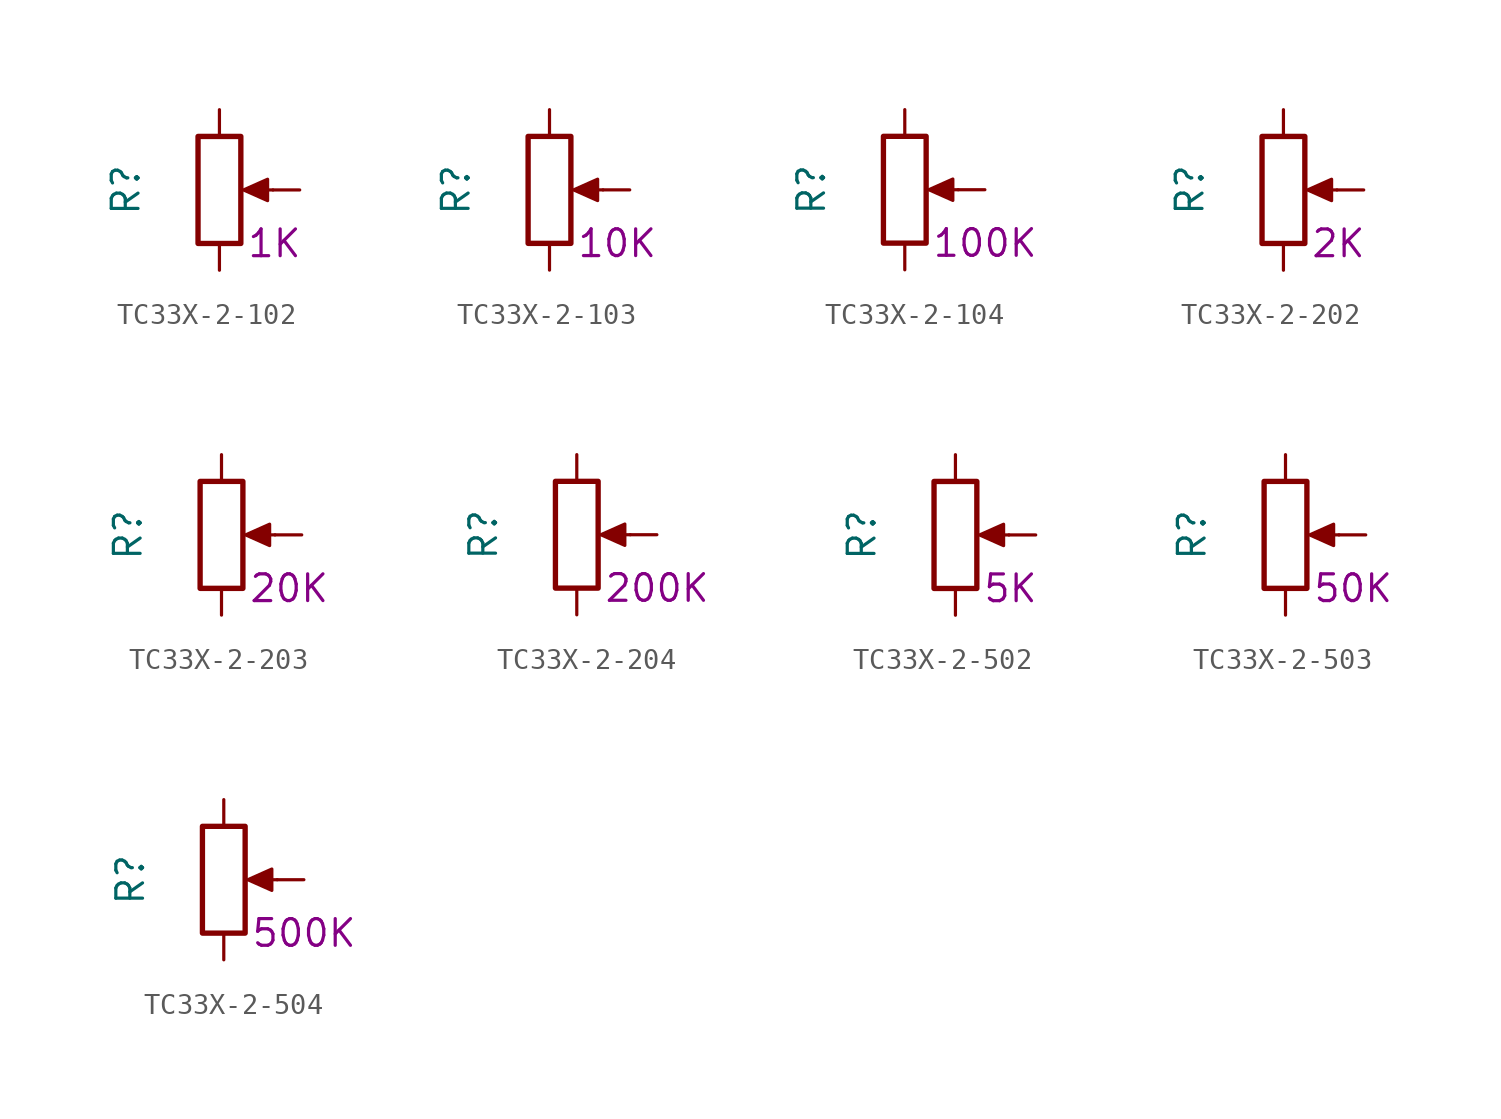
<source format=kicad_sym>
(kicad_symbol_lib
  (version 20220914)
  (generator kicad_symbol_editor)
  (symbol "TC33X-2-102"
    (pin_numbers hide)
    (pin_names
      (offset 0))
    (property "Reference" "R"
      (at -4.445 0 90)
      (effects (font (size 1.27 1.27))))
    (property "Resistance" "1K"
      (at 1.27 -2.54 0)
      (effects (font (size 1.27 1.27)) (justify left)))
    (symbol "TC33X-2-102_0_1"
      (polyline (pts (xy 2.54 0) (xy 1.524 0)) (stroke (width 0) (type default)) (fill (type none)))
      (polyline (pts (xy 1.143 0) (xy 2.286 0.508) (xy 2.286 -0.508) (xy 1.143 0)) (stroke (width 0) (type default)) (fill (type outline)))
      (rectangle (start 1.016 2.54) (end -1.016 -2.54) (stroke (width 0.254) (type default)) (fill (type none))))
    (symbol "TC33X-2-102_1_1"
      (pin passive line (at 0 3.81 270) (length 1.27) (name "~" (effects (font (size 1.27 1.27)))) (number "1" (effects (font (size 1.27 1.27)))))
      (pin passive line (at 3.81 0 180) (length 1.27) (name "~" (effects (font (size 1.27 1.27)))) (number "2" (effects (font (size 1.27 1.27)))))
      (pin passive line (at 0 -3.81 90) (length 1.27) (name "~" (effects (font (size 1.27 1.27)))) (number "3" (effects (font (size 1.27 1.27)))))))
  (symbol "TC33X-2-103"
    (pin_numbers hide)
    (pin_names
      (offset 0))
    (property "Reference" "R"
      (at -4.445 0 90)
      (effects (font (size 1.27 1.27))))
    (property "Resistance" "10K"
      (at 1.27 -2.54 0)
      (effects (font (size 1.27 1.27)) (justify left)))
    (symbol "TC33X-2-103_0_1"
      (polyline (pts (xy 2.54 0) (xy 1.524 0)) (stroke (width 0) (type default)) (fill (type none)))
      (polyline (pts (xy 1.143 0) (xy 2.286 0.508) (xy 2.286 -0.508) (xy 1.143 0)) (stroke (width 0) (type default)) (fill (type outline)))
      (rectangle (start 1.016 2.54) (end -1.016 -2.54) (stroke (width 0.254) (type default)) (fill (type none))))
    (symbol "TC33X-2-103_1_1"
      (pin passive line (at 0 3.81 270) (length 1.27) (name "~" (effects (font (size 1.27 1.27)))) (number "1" (effects (font (size 1.27 1.27)))))
      (pin passive line (at 3.81 0 180) (length 1.27) (name "~" (effects (font (size 1.27 1.27)))) (number "2" (effects (font (size 1.27 1.27)))))
      (pin passive line (at 0 -3.81 90) (length 1.27) (name "~" (effects (font (size 1.27 1.27)))) (number "3" (effects (font (size 1.27 1.27)))))))
  (symbol "TC33X-2-104"
    (pin_numbers hide)
    (pin_names
      (offset 0))
    (property "Reference" "R"
      (at -4.445 0 90)
      (effects (font (size 1.27 1.27))))
    (property "Resistance" "100K"
      (at 1.27 -2.54 0)
      (effects (font (size 1.27 1.27)) (justify left)))
    (symbol "TC33X-2-104_0_1"
      (polyline (pts (xy 2.54 0) (xy 1.524 0)) (stroke (width 0) (type default)) (fill (type none)))
      (polyline (pts (xy 1.143 0) (xy 2.286 0.508) (xy 2.286 -0.508) (xy 1.143 0)) (stroke (width 0) (type default)) (fill (type outline)))
      (rectangle (start 1.016 2.54) (end -1.016 -2.54) (stroke (width 0.254) (type default)) (fill (type none))))
    (symbol "TC33X-2-104_1_1"
      (pin passive line (at 0 3.81 270) (length 1.27) (name "~" (effects (font (size 1.27 1.27)))) (number "1" (effects (font (size 1.27 1.27)))))
      (pin passive line (at 3.81 0 180) (length 1.27) (name "~" (effects (font (size 1.27 1.27)))) (number "2" (effects (font (size 1.27 1.27)))))
      (pin passive line (at 0 -3.81 90) (length 1.27) (name "~" (effects (font (size 1.27 1.27)))) (number "3" (effects (font (size 1.27 1.27)))))))
  (symbol "TC33X-2-202"
    (pin_numbers hide)
    (pin_names
      (offset 0))
    (property "Reference" "R"
      (at -4.445 0 90)
      (effects (font (size 1.27 1.27))))
    (property "Resistance" "2K"
      (at 1.27 -2.54 0)
      (effects (font (size 1.27 1.27)) (justify left)))
    (symbol "TC33X-2-202_0_1"
      (polyline (pts (xy 2.54 0) (xy 1.524 0)) (stroke (width 0) (type default)) (fill (type none)))
      (polyline (pts (xy 1.143 0) (xy 2.286 0.508) (xy 2.286 -0.508) (xy 1.143 0)) (stroke (width 0) (type default)) (fill (type outline)))
      (rectangle (start 1.016 2.54) (end -1.016 -2.54) (stroke (width 0.254) (type default)) (fill (type none))))
    (symbol "TC33X-2-202_1_1"
      (pin passive line (at 0 3.81 270) (length 1.27) (name "~" (effects (font (size 1.27 1.27)))) (number "1" (effects (font (size 1.27 1.27)))))
      (pin passive line (at 3.81 0 180) (length 1.27) (name "~" (effects (font (size 1.27 1.27)))) (number "2" (effects (font (size 1.27 1.27)))))
      (pin passive line (at 0 -3.81 90) (length 1.27) (name "~" (effects (font (size 1.27 1.27)))) (number "3" (effects (font (size 1.27 1.27)))))))
  (symbol "TC33X-2-203"
    (pin_numbers hide)
    (pin_names
      (offset 0))
    (property "Reference" "R"
      (at -4.445 0 90)
      (effects (font (size 1.27 1.27))))
    (property "Resistance" "20K"
      (at 1.27 -2.54 0)
      (effects (font (size 1.27 1.27)) (justify left)))
    (symbol "TC33X-2-203_0_1"
      (polyline (pts (xy 2.54 0) (xy 1.524 0)) (stroke (width 0) (type default)) (fill (type none)))
      (polyline (pts (xy 1.143 0) (xy 2.286 0.508) (xy 2.286 -0.508) (xy 1.143 0)) (stroke (width 0) (type default)) (fill (type outline)))
      (rectangle (start 1.016 2.54) (end -1.016 -2.54) (stroke (width 0.254) (type default)) (fill (type none))))
    (symbol "TC33X-2-203_1_1"
      (pin passive line (at 0 3.81 270) (length 1.27) (name "~" (effects (font (size 1.27 1.27)))) (number "1" (effects (font (size 1.27 1.27)))))
      (pin passive line (at 3.81 0 180) (length 1.27) (name "~" (effects (font (size 1.27 1.27)))) (number "2" (effects (font (size 1.27 1.27)))))
      (pin passive line (at 0 -3.81 90) (length 1.27) (name "~" (effects (font (size 1.27 1.27)))) (number "3" (effects (font (size 1.27 1.27)))))))
  (symbol "TC33X-2-204"
    (pin_numbers hide)
    (pin_names
      (offset 0))
    (property "Reference" "R"
      (at -4.445 0 90)
      (effects (font (size 1.27 1.27))))
    (property "Resistance" "200K"
      (at 1.27 -2.54 0)
      (effects (font (size 1.27 1.27)) (justify left)))
    (symbol "TC33X-2-204_0_1"
      (polyline (pts (xy 2.54 0) (xy 1.524 0)) (stroke (width 0) (type default)) (fill (type none)))
      (polyline (pts (xy 1.143 0) (xy 2.286 0.508) (xy 2.286 -0.508) (xy 1.143 0)) (stroke (width 0) (type default)) (fill (type outline)))
      (rectangle (start 1.016 2.54) (end -1.016 -2.54) (stroke (width 0.254) (type default)) (fill (type none))))
    (symbol "TC33X-2-204_1_1"
      (pin passive line (at 0 3.81 270) (length 1.27) (name "~" (effects (font (size 1.27 1.27)))) (number "1" (effects (font (size 1.27 1.27)))))
      (pin passive line (at 3.81 0 180) (length 1.27) (name "~" (effects (font (size 1.27 1.27)))) (number "2" (effects (font (size 1.27 1.27)))))
      (pin passive line (at 0 -3.81 90) (length 1.27) (name "~" (effects (font (size 1.27 1.27)))) (number "3" (effects (font (size 1.27 1.27)))))))
  (symbol "TC33X-2-502"
    (pin_numbers hide)
    (pin_names
      (offset 0))
    (property "Reference" "R"
      (at -4.445 0 90)
      (effects (font (size 1.27 1.27))))
    (property "Resistance" "5K"
      (at 1.27 -2.54 0)
      (effects (font (size 1.27 1.27)) (justify left)))
    (symbol "TC33X-2-502_0_1"
      (polyline (pts (xy 2.54 0) (xy 1.524 0)) (stroke (width 0) (type default)) (fill (type none)))
      (polyline (pts (xy 1.143 0) (xy 2.286 0.508) (xy 2.286 -0.508) (xy 1.143 0)) (stroke (width 0) (type default)) (fill (type outline)))
      (rectangle (start 1.016 2.54) (end -1.016 -2.54) (stroke (width 0.254) (type default)) (fill (type none))))
    (symbol "TC33X-2-502_1_1"
      (pin passive line (at 0 3.81 270) (length 1.27) (name "~" (effects (font (size 1.27 1.27)))) (number "1" (effects (font (size 1.27 1.27)))))
      (pin passive line (at 3.81 0 180) (length 1.27) (name "~" (effects (font (size 1.27 1.27)))) (number "2" (effects (font (size 1.27 1.27)))))
      (pin passive line (at 0 -3.81 90) (length 1.27) (name "~" (effects (font (size 1.27 1.27)))) (number "3" (effects (font (size 1.27 1.27)))))))
  (symbol "TC33X-2-503"
    (pin_numbers hide)
    (pin_names
      (offset 0))
    (property "Reference" "R"
      (at -4.445 0 90)
      (effects (font (size 1.27 1.27))))
    (property "Resistance" "50K"
      (at 1.27 -2.54 0)
      (effects (font (size 1.27 1.27)) (justify left)))
    (symbol "TC33X-2-503_0_1"
      (polyline (pts (xy 2.54 0) (xy 1.524 0)) (stroke (width 0) (type default)) (fill (type none)))
      (polyline (pts (xy 1.143 0) (xy 2.286 0.508) (xy 2.286 -0.508) (xy 1.143 0)) (stroke (width 0) (type default)) (fill (type outline)))
      (rectangle (start 1.016 2.54) (end -1.016 -2.54) (stroke (width 0.254) (type default)) (fill (type none))))
    (symbol "TC33X-2-503_1_1"
      (pin passive line (at 0 3.81 270) (length 1.27) (name "~" (effects (font (size 1.27 1.27)))) (number "1" (effects (font (size 1.27 1.27)))))
      (pin passive line (at 3.81 0 180) (length 1.27) (name "~" (effects (font (size 1.27 1.27)))) (number "2" (effects (font (size 1.27 1.27)))))
      (pin passive line (at 0 -3.81 90) (length 1.27) (name "~" (effects (font (size 1.27 1.27)))) (number "3" (effects (font (size 1.27 1.27)))))))
  (symbol "TC33X-2-504"
    (pin_numbers hide)
    (pin_names
      (offset 0))
    (property "Reference" "R"
      (at -4.445 0 90)
      (effects (font (size 1.27 1.27))))
    (property "Resistance" "500K"
      (at 1.27 -2.54 0)
      (effects (font (size 1.27 1.27)) (justify left)))
    (symbol "TC33X-2-504_0_1"
      (polyline (pts (xy 2.54 0) (xy 1.524 0)) (stroke (width 0) (type default)) (fill (type none)))
      (polyline (pts (xy 1.143 0) (xy 2.286 0.508) (xy 2.286 -0.508) (xy 1.143 0)) (stroke (width 0) (type default)) (fill (type outline)))
      (rectangle (start 1.016 2.54) (end -1.016 -2.54) (stroke (width 0.254) (type default)) (fill (type none))))
    (symbol "TC33X-2-504_1_1"
      (pin passive line (at 0 3.81 270) (length 1.27) (name "~" (effects (font (size 1.27 1.27)))) (number "1" (effects (font (size 1.27 1.27)))))
      (pin passive line (at 3.81 0 180) (length 1.27) (name "~" (effects (font (size 1.27 1.27)))) (number "2" (effects (font (size 1.27 1.27)))))
      (pin passive line (at 0 -3.81 90) (length 1.27) (name "~" (effects (font (size 1.27 1.27)))) (number "3" (effects (font (size 1.27 1.27))))))))
</source>
